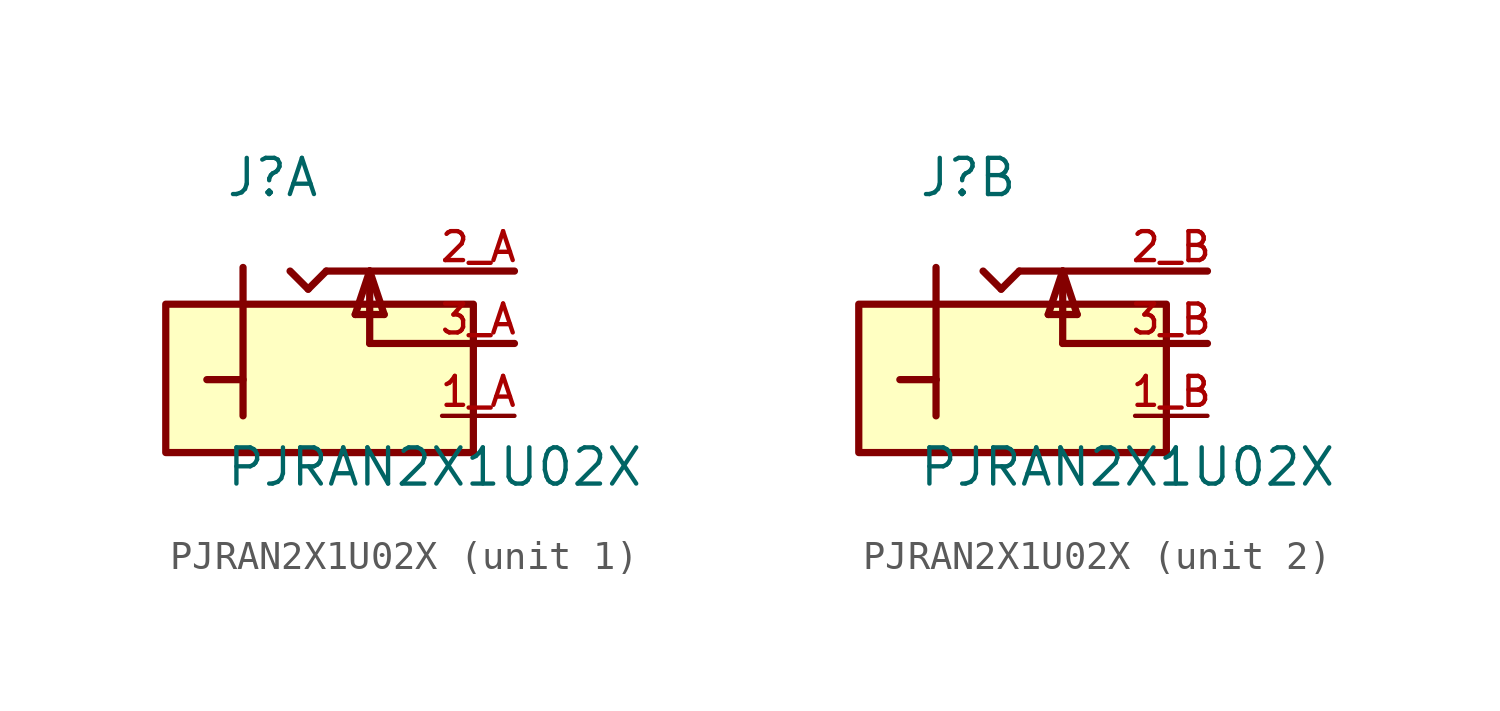
<source format=kicad_sym>
(kicad_symbol_lib
  (version 20211014)
  (generator kicad_symbol_editor)
  (symbol "PJRAN2X1U02X"
    (pin_names
      (offset 1.016))
    (property "Reference" "J"
      (at -5.08 5.08 0)
      (effects (font (size 1.27 1.27)) (justify bottom left)))
    (property "Value" "PJRAN2X1U02X"
      (at -5.08 -5.08 0)
      (effects (font (size 1.27 1.27)) (justify bottom left)))
    (symbol "PJRAN2X1U02X_1_0"
      (polyline (pts (xy 5.08 2.54) (xy 0.0 2.54)) (stroke (width 0.254)))
      (polyline (pts (xy 0.0 2.54) (xy -1.524 2.54)) (stroke (width 0.254)))
      (polyline (pts (xy -4.445 -1.27) (xy -5.715 -1.27)) (stroke (width 0.254)))
      (polyline (pts (xy -1.524 2.54) (xy -2.159 1.905)) (stroke (width 0.254)))
      (polyline (pts (xy -2.159 1.905) (xy -2.794 2.54)) (stroke (width 0.254)))
      (polyline (pts (xy 0.0 2.54) (xy 0.0 0.0)) (stroke (width 0.254)))
      (polyline (pts (xy 0.0 0.0) (xy 5.08 0.0)) (stroke (width 0.254)))
      (polyline (pts (xy 0.0 2.54) (xy -0.508 1.016)) (stroke (width 0.254)))
      (polyline (pts (xy -0.508 1.016) (xy 0.508 1.016)) (stroke (width 0.254)))
      (polyline (pts (xy 0.508 1.016) (xy 0.0 2.54)) (stroke (width 0.254)))
      (polyline (pts (xy -4.445 2.667) (xy -4.445 -2.54)) (stroke (width 0.254)))
      (rectangle (start -7.157 -3.829) (end 3.638 1.378) (stroke (width 0.254)) (fill (type background)))
      (pin passive line (at 5.08 2.54 180.0) (length 2.54) (name "~" (effects (font (size 1.016 1.016)))) (number "2_A" (effects (font (size 1.016 1.016)))))
      (pin passive line (at 5.08 0.0 180.0) (length 2.54) (name "~" (effects (font (size 1.016 1.016)))) (number "3_A" (effects (font (size 1.016 1.016)))))
      (pin passive line (at 5.08 -2.54 180.0) (length 2.54) (name "~" (effects (font (size 1.016 1.016)))) (number "1_A" (effects (font (size 1.016 1.016))))))
    (symbol "PJRAN2X1U02X_2_0"
      (polyline (pts (xy 5.08 2.54) (xy 0.0 2.54)) (stroke (width 0.254)))
      (polyline (pts (xy 0.0 2.54) (xy -1.524 2.54)) (stroke (width 0.254)))
      (polyline (pts (xy -4.445 2.667) (xy -4.445 -1.27)) (stroke (width 0.254)))
      (polyline (pts (xy -4.445 -1.27) (xy -5.715 -1.27)) (stroke (width 0.254)))
      (polyline (pts (xy -1.524 2.54) (xy -2.159 1.905)) (stroke (width 0.254)))
      (polyline (pts (xy -2.159 1.905) (xy -2.794 2.54)) (stroke (width 0.254)))
      (polyline (pts (xy 0.0 2.54) (xy 0.0 0.0)) (stroke (width 0.254)))
      (polyline (pts (xy 0.0 0.0) (xy 5.08 0.0)) (stroke (width 0.254)))
      (polyline (pts (xy 0.0 2.54) (xy -0.508 1.016)) (stroke (width 0.254)))
      (polyline (pts (xy -0.508 1.016) (xy 0.508 1.016)) (stroke (width 0.254)))
      (polyline (pts (xy 0.508 1.016) (xy 0.0 2.54)) (stroke (width 0.254)))
      (polyline (pts (xy -4.445 -1.27) (xy -4.445 -2.54)) (stroke (width 0.254)))
      (rectangle (start -7.157 -3.829) (end 3.638 1.378) (stroke (width 0.254)) (fill (type background)))
      (pin passive line (at 5.08 2.54 180.0) (length 2.54) (name "~" (effects (font (size 1.016 1.016)))) (number "2_B" (effects (font (size 1.016 1.016)))))
      (pin passive line (at 5.08 0.0 180.0) (length 2.54) (name "~" (effects (font (size 1.016 1.016)))) (number "3_B" (effects (font (size 1.016 1.016)))))
      (pin passive line (at 5.08 -2.54 180.0) (length 2.54) (name "~" (effects (font (size 1.016 1.016)))) (number "1_B" (effects (font (size 1.016 1.016))))))))
</source>
